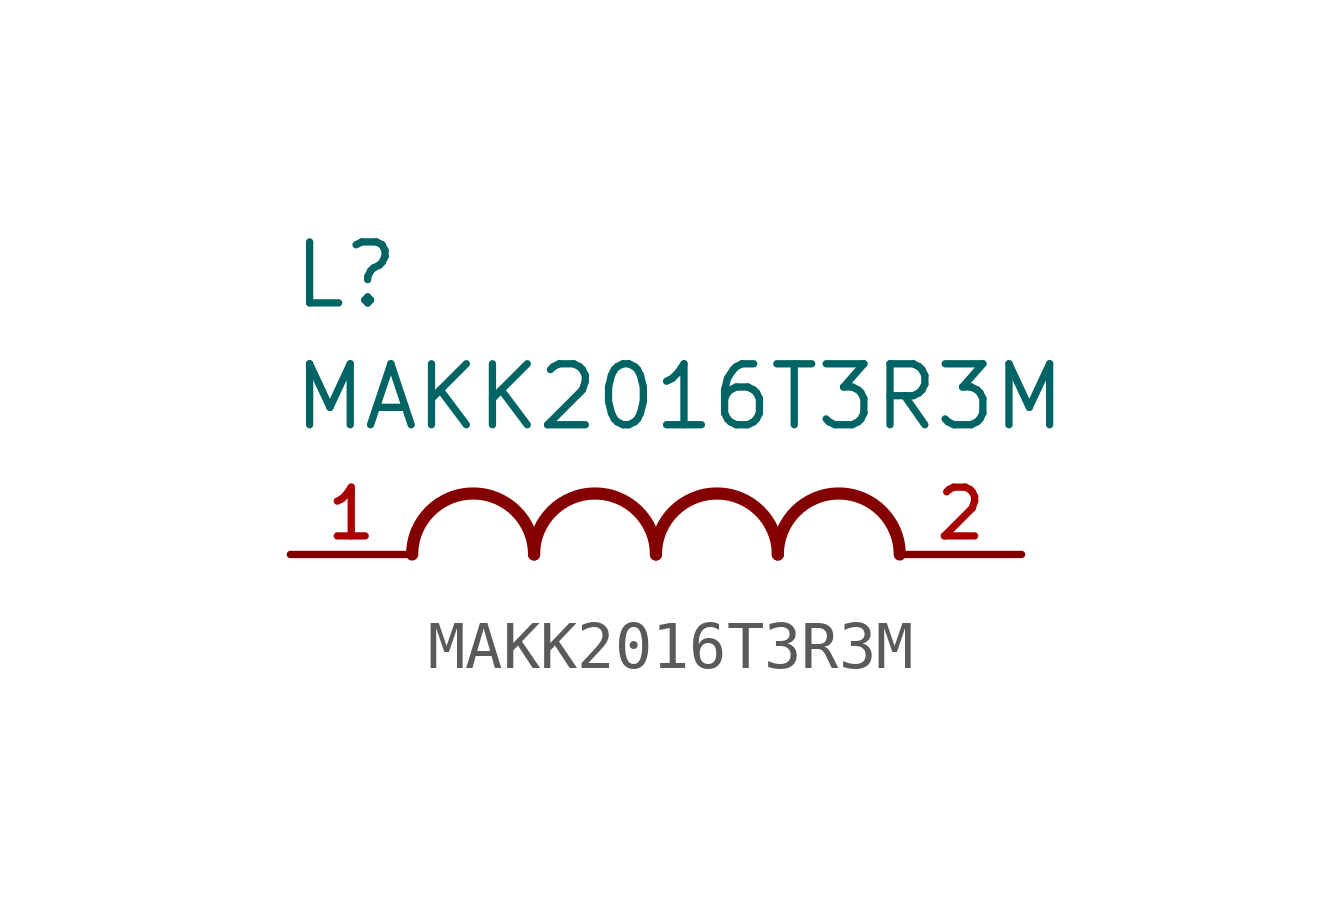
<source format=kicad_sym>
(kicad_symbol_lib
  (version 20231120)
  (generator "kicad_symbol_editor")
  (generator_version "8.0")
  (symbol "MAKK2016T3R3M"
    (pin_names
      (offset 1.016))
    (property "Reference" "L"
      (at -7.62 5.08 0)
      (effects (font (size 1.27 1.27)) (justify left bottom)))
    (property "Value" "MAKK2016T3R3M"
      (at -7.62 2.54 0)
      (effects (font (size 1.27 1.27)) (justify left bottom)))
    (symbol "MAKK2016T3R3M_0_0"
      (arc (start -2.54 0) (mid -3.81 1.2645) (end -5.08 0) (stroke (width 0.254) (type default)) (fill (type none)))
      (arc (start 0 0) (mid -1.27 1.2645) (end -2.54 0) (stroke (width 0.254) (type default)) (fill (type none)))
      (arc (start 2.54 0) (mid 1.27 1.2645) (end 0 0) (stroke (width 0.254) (type default)) (fill (type none)))
      (arc (start 5.08 0) (mid 3.81 1.2645) (end 2.54 0) (stroke (width 0.254) (type default)) (fill (type none)))
      (pin passive line (at -7.62 0 0) (length 2.54) (name "~" (effects (font (size 1.016 1.016)))) (number "1" (effects (font (size 1.016 1.016)))))
      (pin passive line (at 7.62 0 180) (length 2.54) (name "~" (effects (font (size 1.016 1.016)))) (number "2" (effects (font (size 1.016 1.016))))))))
</source>
